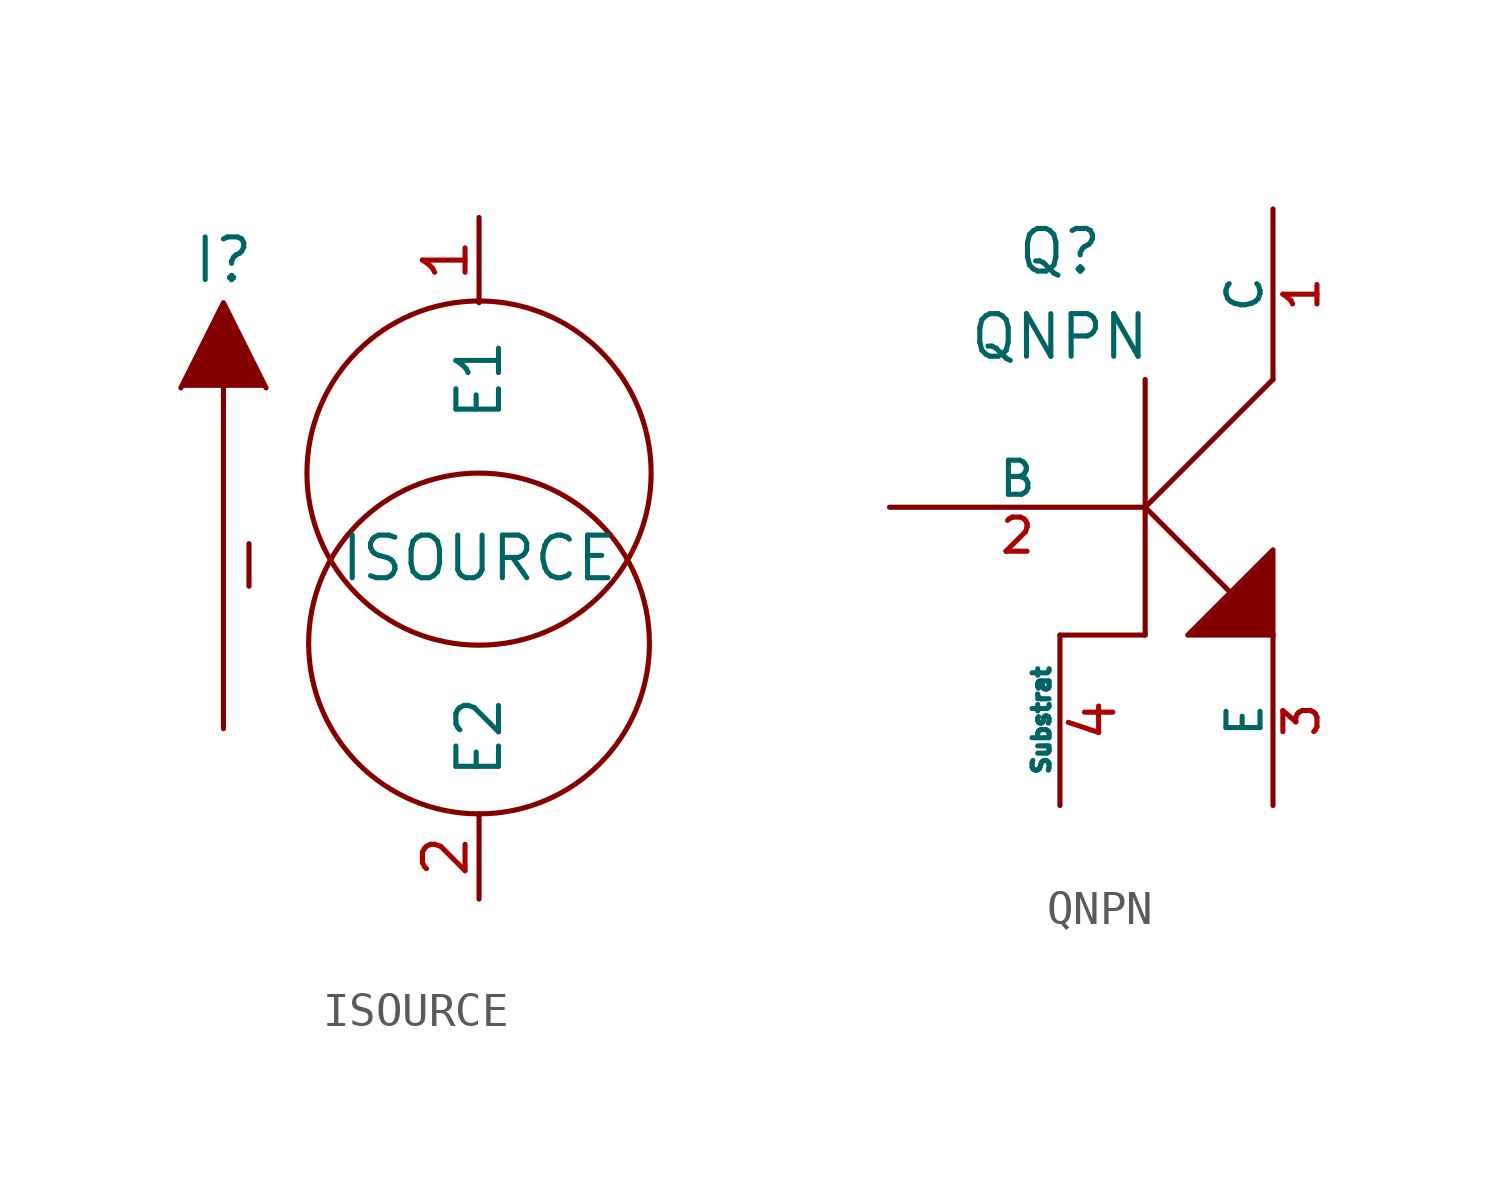
<source format=kicad_sym>
(kicad_symbol_lib
  (version 20220914)
  (generator kicad_symbol_editor)
  (symbol "ISOURCE"
    (pin_names
      (offset 1.016))
    (property "Reference" "I"
      (at -7.62 8.89 0)
      (effects (font (size 1.27 1.27))))
    (property "Value" "ISOURCE"
      (at 0 0 0)
      (effects (font (size 1.27 1.27))))
    (symbol "ISOURCE_0_1"
      (circle (center 0 -2.54) (radius 5.08) (stroke (width 0) (type default)) (fill (type none)))
      (polyline (pts (xy -7.62 -5.08) (xy -7.62 5.08)) (stroke (width 0) (type default)) (fill (type outline)))
      (polyline (pts (xy -8.89 5.08) (xy -7.62 7.62) (xy -6.35 5.08)) (stroke (width 0) (type default)) (fill (type outline)))
      (circle (center 0 2.54) (radius 5.131) (stroke (width 0) (type default)) (fill (type none)))
      (text "I" (at -6.858 -0.254 0) (effects (font (size 1.27 1.27)))))
    (symbol "ISOURCE_1_1"
      (pin input line (at 0 10.16 270) (length 2.54) (name "E1" (effects (font (size 1.27 1.27)))) (number "1" (effects (font (size 1.27 1.27)))))
      (pin input line (at 0 -10.16 90) (length 2.54) (name "E2" (effects (font (size 1.27 1.27)))) (number "2" (effects (font (size 1.27 1.27)))))))
  (symbol "QNPN"
    (pin_names
      (offset 0))
    (property "Reference" "Q"
      (at -2.54 7.62 0)
      (effects (font (size 1.27 1.27))))
    (property "Value" "QNPN"
      (at -2.54 5.08 0)
      (effects (font (size 1.27 1.27))))
    (symbol "QNPN_0_0"
      (polyline (pts (xy 0 0) (xy 3.81 -3.81)) (stroke (width 0) (type default)) (fill (type none)))
      (polyline (pts (xy 3.81 -3.81) (xy 3.81 -1.27) (xy 1.27 -3.81) (xy 3.81 -3.81)) (stroke (width 0) (type default)) (fill (type outline))))
    (symbol "QNPN_0_1"
      (polyline (pts (xy 0 -3.81) (xy 0 3.81)) (stroke (width 0) (type default)) (fill (type none)))
      (polyline (pts (xy 0 0) (xy 3.81 3.81)) (stroke (width 0) (type default)) (fill (type none)))
      (polyline (pts (xy -2.54 -3.81) (xy 0 -3.81) (xy 0 -3.81) (xy 0 -3.81)) (stroke (width 0) (type default)) (fill (type none))))
    (symbol "QNPN_1_1"
      (pin passive line (at 3.81 8.89 270) (length 5.08) (name "C" (effects (font (size 1.016 1.016)))) (number "1" (effects (font (size 1.016 1.016)))))
      (pin input line (at -7.62 0 0) (length 7.62) (name "B" (effects (font (size 1.016 1.016)))) (number "2" (effects (font (size 1.016 1.016)))))
      (pin passive line (at 3.81 -8.89 90) (length 5.08) (name "E" (effects (font (size 1.016 1.016)))) (number "3" (effects (font (size 1.016 1.016)))))
      (pin input line (at -2.54 -8.89 90) (length 5.08) (name "Substrat" (effects (font (size 0.508 0.508)))) (number "4" (effects (font (size 1.27 1.27))))))))
</source>
